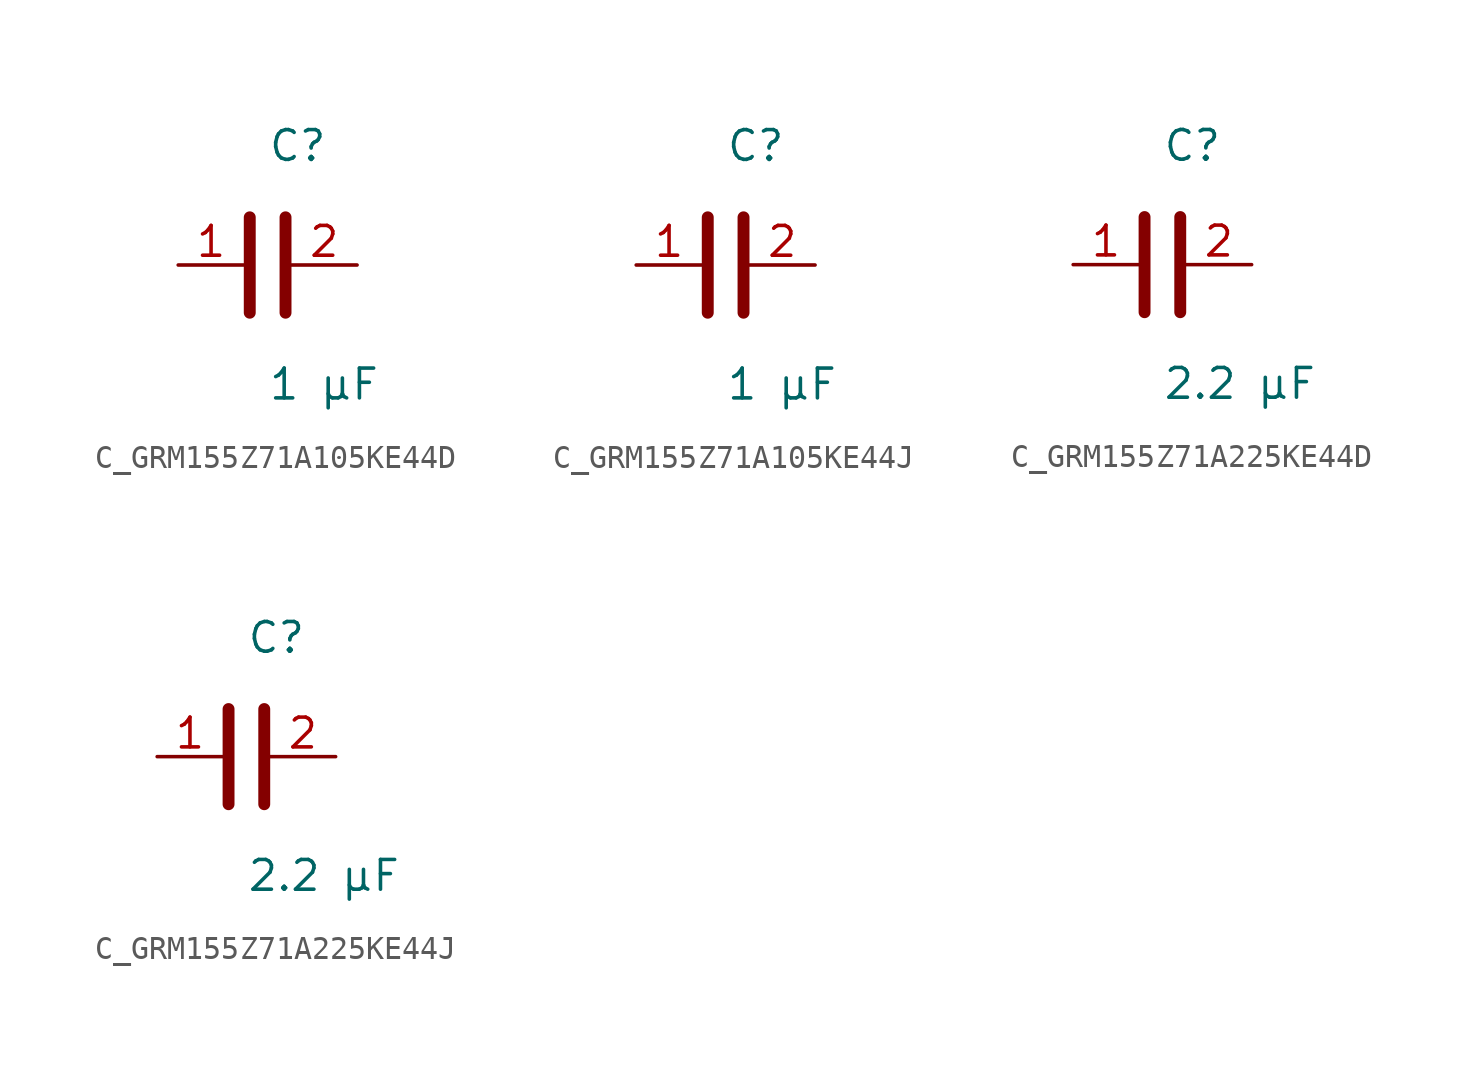
<source format=kicad_sym>
(kicad_symbol_lib
  (version 20231120)
  (generator kicad_symbol_editor)
  (generator_version 8.0)
  (symbol "C_GRM155Z71A105KE44D"
    (pin_names
      (offset 0.254))
    (property "Reference" "C"
      (at 0.0 5.08 0)
      (effects (font (size 1.27 1.27)) (justify left)))
    (property "Value" "1 µF"
      (at 0.0 -5.08 0)
      (effects (font (size 1.27 1.27)) (justify left)))
    (symbol "C_GRM155Z71A105KE44D_0_1"
      (polyline (pts (xy -0.762 -2.032) (xy -0.762 2.032)) (stroke (width 0.508) (type default)) (fill (type none)))
      (polyline (pts (xy 0.762 -2.032) (xy 0.762 2.032)) (stroke (width 0.508) (type default)) (fill (type none))))
    (pin unspecified line
      (at -3.81 0 0)
      (length 2.8)
      (name "" (effects (font (size 1.27 1.27))))
      (number "1" (effects (font (size 1.27 1.27)))))
    (pin unspecified line
      (at 3.81 0 180)
      (length 2.8)
      (name "" (effects (font (size 1.27 1.27))))
      (number "2" (effects (font (size 1.27 1.27))))))
  (symbol "C_GRM155Z71A105KE44J"
    (pin_names
      (offset 0.254))
    (property "Reference" "C"
      (at 0.0 5.08 0)
      (effects (font (size 1.27 1.27)) (justify left)))
    (property "Value" "1 µF"
      (at 0.0 -5.08 0)
      (effects (font (size 1.27 1.27)) (justify left)))
    (symbol "C_GRM155Z71A105KE44J_0_1"
      (polyline (pts (xy -0.762 -2.032) (xy -0.762 2.032)) (stroke (width 0.508) (type default)) (fill (type none)))
      (polyline (pts (xy 0.762 -2.032) (xy 0.762 2.032)) (stroke (width 0.508) (type default)) (fill (type none))))
    (pin unspecified line
      (at -3.81 0 0)
      (length 2.8)
      (name "" (effects (font (size 1.27 1.27))))
      (number "1" (effects (font (size 1.27 1.27)))))
    (pin unspecified line
      (at 3.81 0 180)
      (length 2.8)
      (name "" (effects (font (size 1.27 1.27))))
      (number "2" (effects (font (size 1.27 1.27))))))
  (symbol "C_GRM155Z71A225KE44D"
    (pin_names
      (offset 0.254))
    (property "Reference" "C"
      (at 0.0 5.08 0)
      (effects (font (size 1.27 1.27)) (justify left)))
    (property "Value" "2.2 µF"
      (at 0.0 -5.08 0)
      (effects (font (size 1.27 1.27)) (justify left)))
    (symbol "C_GRM155Z71A225KE44D_0_1"
      (polyline (pts (xy -0.762 -2.032) (xy -0.762 2.032)) (stroke (width 0.508) (type default)) (fill (type none)))
      (polyline (pts (xy 0.762 -2.032) (xy 0.762 2.032)) (stroke (width 0.508) (type default)) (fill (type none))))
    (pin unspecified line
      (at -3.81 0 0)
      (length 2.8)
      (name "" (effects (font (size 1.27 1.27))))
      (number "1" (effects (font (size 1.27 1.27)))))
    (pin unspecified line
      (at 3.81 0 180)
      (length 2.8)
      (name "" (effects (font (size 1.27 1.27))))
      (number "2" (effects (font (size 1.27 1.27))))))
  (symbol "C_GRM155Z71A225KE44J"
    (pin_names
      (offset 0.254))
    (property "Reference" "C"
      (at 0.0 5.08 0)
      (effects (font (size 1.27 1.27)) (justify left)))
    (property "Value" "2.2 µF"
      (at 0.0 -5.08 0)
      (effects (font (size 1.27 1.27)) (justify left)))
    (symbol "C_GRM155Z71A225KE44J_0_1"
      (polyline (pts (xy -0.762 -2.032) (xy -0.762 2.032)) (stroke (width 0.508) (type default)) (fill (type none)))
      (polyline (pts (xy 0.762 -2.032) (xy 0.762 2.032)) (stroke (width 0.508) (type default)) (fill (type none))))
    (pin unspecified line
      (at -3.81 0 0)
      (length 2.8)
      (name "" (effects (font (size 1.27 1.27))))
      (number "1" (effects (font (size 1.27 1.27)))))
    (pin unspecified line
      (at 3.81 0 180)
      (length 2.8)
      (name "" (effects (font (size 1.27 1.27))))
      (number "2" (effects (font (size 1.27 1.27)))))))
</source>
